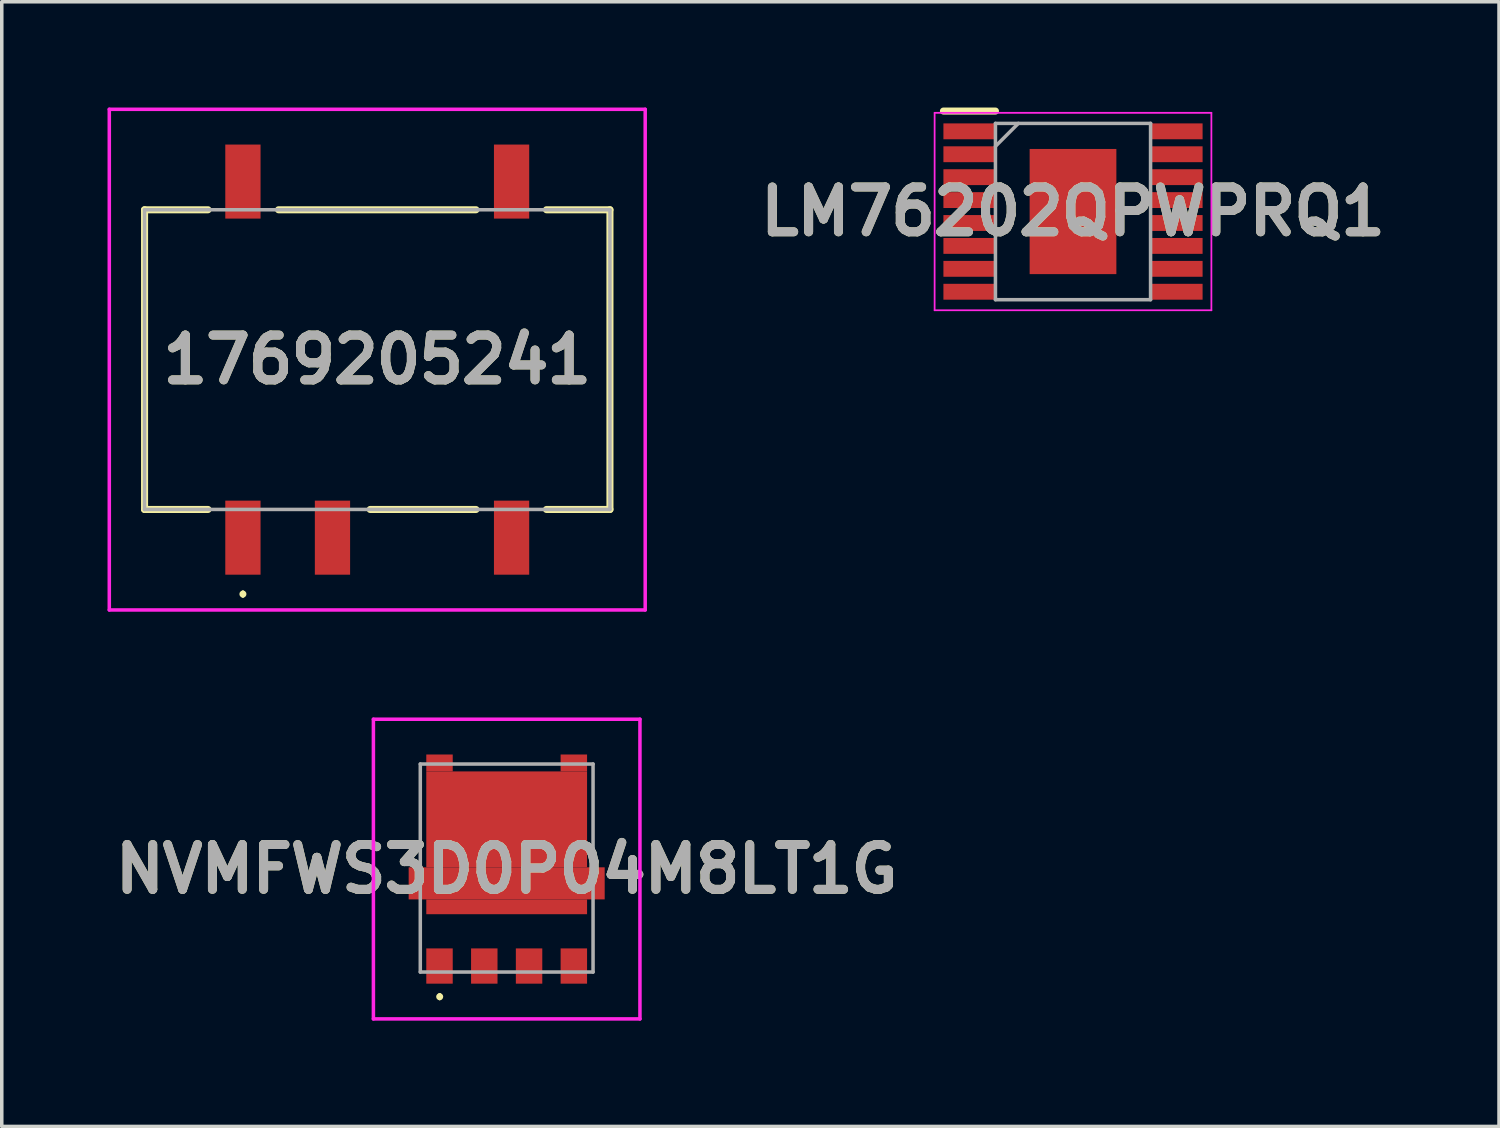
<source format=kicad_pcb>
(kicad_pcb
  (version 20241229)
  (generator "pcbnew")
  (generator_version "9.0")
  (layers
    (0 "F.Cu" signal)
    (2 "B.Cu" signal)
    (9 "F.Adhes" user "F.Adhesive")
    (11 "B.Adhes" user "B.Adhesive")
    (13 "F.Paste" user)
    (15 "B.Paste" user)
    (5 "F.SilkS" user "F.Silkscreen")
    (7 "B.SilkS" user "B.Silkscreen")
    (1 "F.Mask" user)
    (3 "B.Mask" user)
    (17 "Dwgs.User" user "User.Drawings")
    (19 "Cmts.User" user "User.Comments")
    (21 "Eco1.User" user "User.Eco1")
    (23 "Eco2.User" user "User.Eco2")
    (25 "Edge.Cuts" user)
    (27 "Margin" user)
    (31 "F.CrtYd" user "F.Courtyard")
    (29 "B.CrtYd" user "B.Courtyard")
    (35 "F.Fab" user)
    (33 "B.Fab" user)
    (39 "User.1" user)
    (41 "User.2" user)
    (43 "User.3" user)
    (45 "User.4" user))
  (footprint "NVMFWS3D0P04M8LT1G"
    (layer "F.Cu")
    (at 11.321 21.6)
    (property "Reference" "NVMFWS3D0P04M8LT1G" (at 0 0 0) (layer "F.SilkS") (effects (font (size 1.27 1.27) (thickness 0.254))))
    (attr smd)
    (fp_line (start -1.9 3.57) (end -1.9 3.57) (stroke (width 0.1) (type solid)) (layer "F.SilkS"))
    (fp_line (start -1.9 3.67) (end -1.9 3.67) (stroke (width 0.1) (type solid)) (layer "F.SilkS"))
    (fp_arc (start -1.9 3.57) (mid -1.85 3.62) (end -1.9 3.67) (stroke (width 0.1) (type solid)) (layer "F.SilkS"))
    (fp_arc (start -1.9 3.67) (mid -1.95 3.62) (end -1.9 3.57) (stroke (width 0.1) (type solid)) (layer "F.SilkS"))
    (fp_line (start -3.78 -4.25) (end 3.78 -4.25) (stroke (width 0.1) (type solid)) (layer "F.CrtYd"))
    (fp_line (start -3.78 4.25) (end -3.78 -4.25) (stroke (width 0.1) (type solid)) (layer "F.CrtYd"))
    (fp_line (start 3.78 -4.25) (end 3.78 4.25) (stroke (width 0.1) (type solid)) (layer "F.CrtYd"))
    (fp_line (start 3.78 4.25) (end -3.78 4.25) (stroke (width 0.1) (type solid)) (layer "F.CrtYd"))
    (fp_line (start -2.45 -2.98) (end 2.45 -2.98) (stroke (width 0.1) (type solid)) (layer "F.Fab"))
    (fp_line (start -2.45 2.92) (end -2.45 -2.98) (stroke (width 0.1) (type solid)) (layer "F.Fab"))
    (fp_line (start 2.45 -2.98) (end 2.45 2.92) (stroke (width 0.1) (type solid)) (layer "F.Fab"))
    (fp_line (start 2.45 2.92) (end -2.45 2.92) (stroke (width 0.1) (type solid)) (layer "F.Fab"))
    (fp_text user "${REFERENCE}" (at 0 0 0) (layer "F.Fab") (effects (font (size 1.27 1.27) (thickness 0.254))))
    (pad "1" smd rect (at -1.905 2.75) (size 0.75 1) (layers "F.Cu" "F.Mask" "F.Paste"))
    (pad "2" smd rect (at -0.635 2.75) (size 0.75 1) (layers "F.Cu" "F.Mask" "F.Paste"))
    (pad "3" smd rect (at 0.635 2.75) (size 0.75 1) (layers "F.Cu" "F.Mask" "F.Paste"))
    (pad "4" smd rect (at 1.905 2.75) (size 0.75 1) (layers "F.Cu" "F.Mask" "F.Paste"))
    (pad "5" smd rect (at 1.905 -3.01 90) (size 0.48 0.75) (layers "F.Cu" "F.Mask" "F.Paste"))
    (pad "6" smd rect (at -1.905 -3.01 90) (size 0.48 0.75) (layers "F.Cu" "F.Mask" "F.Paste"))
    (pad "7" smd rect (at 0 -1.41 90) (size 2.72 4.56) (layers "F.Cu" "F.Mask" "F.Paste"))
    (pad "8" smd rect (at 0 0.405 90) (size 0.91 5.56) (layers "F.Cu" "F.Mask" "F.Paste"))
    (pad "9" smd rect (at 0 1.07 90) (size 0.42 4.56) (layers "F.Cu" "F.Mask" "F.Paste")))
  (footprint "1769205241"
    (layer "F.Cu")
    (at 7.65 7.15)
    (property "Reference" "1769205241" (at 0 0 0) (layer "F.SilkS") (effects (font (size 1.27 1.27) (thickness 0.254))))
    (attr smd)
    (fp_line (start -6.6 -4.25) (end -6.6 4.25) (stroke (width 0.2) (type solid)) (layer "F.SilkS"))
    (fp_line (start -6.6 4.25) (end -4.8 4.25) (stroke (width 0.2) (type solid)) (layer "F.SilkS"))
    (fp_line (start -4.8 -4.25) (end -6.6 -4.25) (stroke (width 0.2) (type solid)) (layer "F.SilkS"))
    (fp_line (start -3.81 6.6) (end -3.81 6.6) (stroke (width 0.1) (type solid)) (layer "F.SilkS"))
    (fp_line (start -3.81 6.7) (end -3.81 6.7) (stroke (width 0.1) (type solid)) (layer "F.SilkS"))
    (fp_line (start -0.2 4.25) (end 2.8 4.25) (stroke (width 0.2) (type solid)) (layer "F.SilkS"))
    (fp_line (start 2.8 -4.25) (end -2.8 -4.25) (stroke (width 0.2) (type solid)) (layer "F.SilkS"))
    (fp_line (start 4.8 4.25) (end 6.6 4.25) (stroke (width 0.2) (type solid)) (layer "F.SilkS"))
    (fp_line (start 6.6 -4.25) (end 4.8 -4.25) (stroke (width 0.2) (type solid)) (layer "F.SilkS"))
    (fp_line (start 6.6 4.25) (end 6.6 -4.25) (stroke (width 0.2) (type solid)) (layer "F.SilkS"))
    (fp_arc (start -3.81 6.6) (mid -3.76 6.65) (end -3.81 6.7) (stroke (width 0.1) (type solid)) (layer "F.SilkS"))
    (fp_arc (start -3.81 6.7) (mid -3.86 6.65) (end -3.81 6.6) (stroke (width 0.1) (type solid)) (layer "F.SilkS"))
    (fp_line (start -7.6 -7.1) (end 7.6 -7.1) (stroke (width 0.1) (type solid)) (layer "F.CrtYd"))
    (fp_line (start -7.6 7.1) (end -7.6 -7.1) (stroke (width 0.1) (type solid)) (layer "F.CrtYd"))
    (fp_line (start 7.6 -7.1) (end 7.6 7.1) (stroke (width 0.1) (type solid)) (layer "F.CrtYd"))
    (fp_line (start 7.6 7.1) (end -7.6 7.1) (stroke (width 0.1) (type solid)) (layer "F.CrtYd"))
    (fp_line (start -6.6 -4.25) (end -6.6 4.25) (stroke (width 0.1) (type solid)) (layer "F.Fab"))
    (fp_line (start -6.6 4.25) (end 6.6 4.25) (stroke (width 0.1) (type solid)) (layer "F.Fab"))
    (fp_line (start 6.6 -4.25) (end -6.6 -4.25) (stroke (width 0.1) (type solid)) (layer "F.Fab"))
    (fp_line (start 6.6 4.25) (end 6.6 -4.25) (stroke (width 0.1) (type solid)) (layer "F.Fab"))
    (fp_text user "${REFERENCE}" (at 0 0 0) (layer "F.Fab") (effects (font (size 1.27 1.27) (thickness 0.254))))
    (pad "1" smd rect (at -3.81 5.05) (size 1 2.1) (layers "F.Cu" "F.Mask" "F.Paste"))
    (pad "2" smd rect (at -1.27 5.05) (size 1 2.1) (layers "F.Cu" "F.Mask" "F.Paste"))
    (pad "4" smd rect (at 3.81 5.05) (size 1 2.1) (layers "F.Cu" "F.Mask" "F.Paste"))
    (pad "5" smd rect (at 3.81 -5.05) (size 1 2.1) (layers "F.Cu" "F.Mask" "F.Paste"))
    (pad "8" smd rect (at -3.81 -5.05) (size 1 2.1) (layers "F.Cu" "F.Mask" "F.Paste")))
  (footprint "LM76202QPWPRQ1"
    (layer "F.Cu")
    (at 27.384 2.95)
    (property "Reference" "LM76202QPWPRQ1" (at 0 0 0) (layer "F.SilkS") (effects (font (size 1.27 1.27) (thickness 0.254))))
    (attr smd)
    (fp_line (start -3.675 -2.85) (end -2.2 -2.85) (stroke (width 0.2) (type solid)) (layer "F.SilkS"))
    (fp_line (start -3.925 -2.8) (end 3.925 -2.8) (stroke (width 0.05) (type solid)) (layer "F.CrtYd"))
    (fp_line (start -3.925 2.8) (end -3.925 -2.8) (stroke (width 0.05) (type solid)) (layer "F.CrtYd"))
    (fp_line (start 3.925 -2.8) (end 3.925 2.8) (stroke (width 0.05) (type solid)) (layer "F.CrtYd"))
    (fp_line (start 3.925 2.8) (end -3.925 2.8) (stroke (width 0.05) (type solid)) (layer "F.CrtYd"))
    (fp_line (start -2.2 -2.5) (end 2.2 -2.5) (stroke (width 0.1) (type solid)) (layer "F.Fab"))
    (fp_line (start -2.2 -1.85) (end -1.55 -2.5) (stroke (width 0.1) (type solid)) (layer "F.Fab"))
    (fp_line (start -2.2 2.5) (end -2.2 -2.5) (stroke (width 0.1) (type solid)) (layer "F.Fab"))
    (fp_line (start 2.2 -2.5) (end 2.2 2.5) (stroke (width 0.1) (type solid)) (layer "F.Fab"))
    (fp_line (start 2.2 2.5) (end -2.2 2.5) (stroke (width 0.1) (type solid)) (layer "F.Fab"))
    (fp_text user "${REFERENCE}" (at 0 0 0) (layer "F.Fab") (effects (font (size 1.27 1.27) (thickness 0.254))))
    (pad "1" smd rect (at -2.938 -2.275 90) (size 0.45 1.475) (layers "F.Cu" "F.Mask" "F.Paste"))
    (pad "2" smd rect (at -2.938 -1.625 90) (size 0.45 1.475) (layers "F.Cu" "F.Mask" "F.Paste"))
    (pad "3" smd rect (at -2.938 -0.975 90) (size 0.45 1.475) (layers "F.Cu" "F.Mask" "F.Paste"))
    (pad "4" smd rect (at -2.938 -0.325 90) (size 0.45 1.475) (layers "F.Cu" "F.Mask" "F.Paste"))
    (pad "5" smd rect (at -2.938 0.325 90) (size 0.45 1.475) (layers "F.Cu" "F.Mask" "F.Paste"))
    (pad "6" smd rect (at -2.938 0.975 90) (size 0.45 1.475) (layers "F.Cu" "F.Mask" "F.Paste"))
    (pad "7" smd rect (at -2.938 1.625 90) (size 0.45 1.475) (layers "F.Cu" "F.Mask" "F.Paste"))
    (pad "8" smd rect (at -2.938 2.275 90) (size 0.45 1.475) (layers "F.Cu" "F.Mask" "F.Paste"))
    (pad "9" smd rect (at 2.938 2.275 90) (size 0.45 1.475) (layers "F.Cu" "F.Mask" "F.Paste"))
    (pad "10" smd rect (at 2.938 1.625 90) (size 0.45 1.475) (layers "F.Cu" "F.Mask" "F.Paste"))
    (pad "11" smd rect (at 2.938 0.975 90) (size 0.45 1.475) (layers "F.Cu" "F.Mask" "F.Paste"))
    (pad "12" smd rect (at 2.938 0.325 90) (size 0.45 1.475) (layers "F.Cu" "F.Mask" "F.Paste"))
    (pad "13" smd rect (at 2.938 -0.325 90) (size 0.45 1.475) (layers "F.Cu" "F.Mask" "F.Paste"))
    (pad "14" smd rect (at 2.938 -0.975 90) (size 0.45 1.475) (layers "F.Cu" "F.Mask" "F.Paste"))
    (pad "15" smd rect (at 2.938 -1.625 90) (size 0.45 1.475) (layers "F.Cu" "F.Mask" "F.Paste"))
    (pad "16" smd rect (at 2.938 -2.275 90) (size 0.45 1.475) (layers "F.Cu" "F.Mask" "F.Paste"))
    (pad "17" smd rect (at 0 0) (size 2.46 3.55) (layers "F.Cu" "F.Mask" "F.Paste")))
  (gr_rect
    (start -3 -3)
    (end 39.467 28.9)
    (stroke (width 0.1) (type default))
    (fill no)
    (layer "Edge.Cuts")))
</source>
